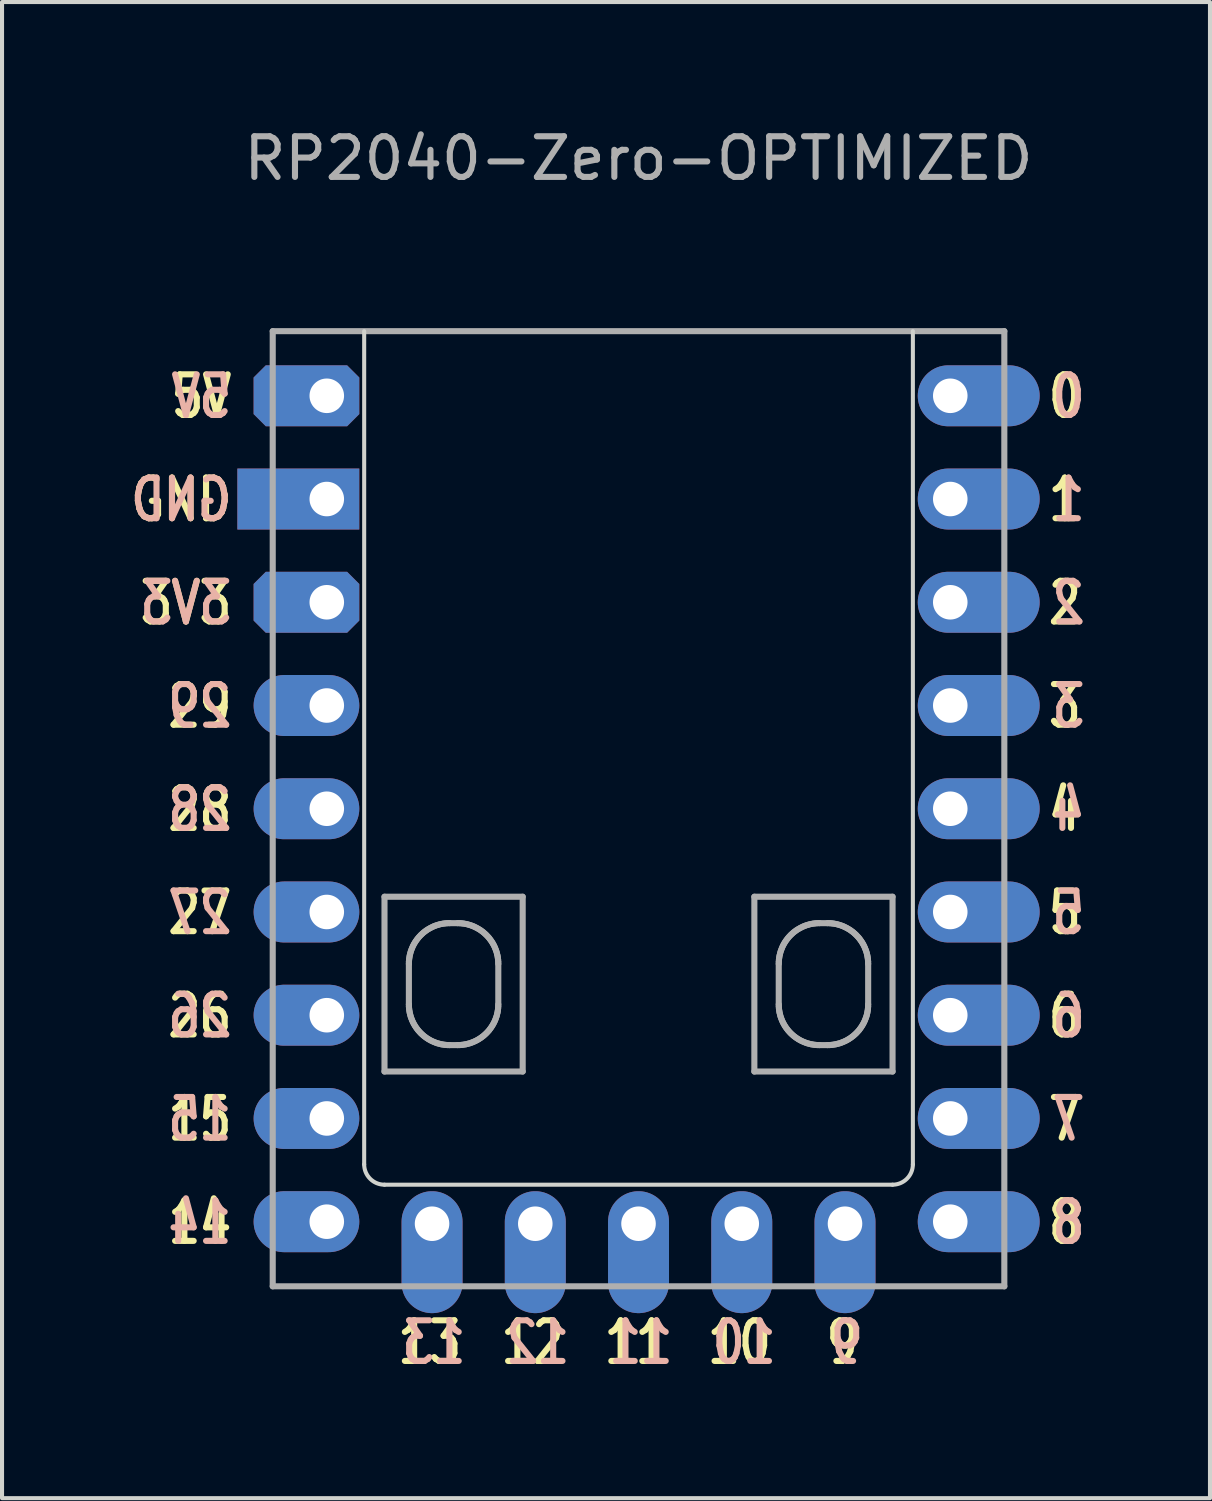
<source format=kicad_pcb>
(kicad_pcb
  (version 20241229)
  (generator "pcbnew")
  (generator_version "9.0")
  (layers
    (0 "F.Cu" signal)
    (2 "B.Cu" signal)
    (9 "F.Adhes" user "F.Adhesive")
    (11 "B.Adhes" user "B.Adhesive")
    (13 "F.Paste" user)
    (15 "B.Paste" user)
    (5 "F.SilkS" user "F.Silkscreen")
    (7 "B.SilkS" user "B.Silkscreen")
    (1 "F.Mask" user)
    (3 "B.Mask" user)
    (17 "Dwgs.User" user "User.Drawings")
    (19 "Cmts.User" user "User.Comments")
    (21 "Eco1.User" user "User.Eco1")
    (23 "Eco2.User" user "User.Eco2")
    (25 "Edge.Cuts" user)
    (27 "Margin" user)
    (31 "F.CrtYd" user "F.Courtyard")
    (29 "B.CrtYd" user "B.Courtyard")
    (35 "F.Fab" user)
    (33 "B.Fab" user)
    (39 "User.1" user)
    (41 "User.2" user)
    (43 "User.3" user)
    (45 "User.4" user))
  (footprint "RP2040-Zero-OPTIMIZED"
    (layer "F.Cu")
    (at 12.66 16.848)
    (property "Reference" "RP2040-Zero-OPTIMIZED" (at 0 -16 0) (layer "F.Fab") (effects (font (size 1 1) (thickness 0.15))))
    (attr through_hole exclude_from_pos_files)
    (fp_line (start -6.75 -11.75) (end -6.75 8.75) (stroke (width 0.1) (type solid)) (layer "Edge.Cuts"))
    (fp_line (start -6.25 9.25) (end 6.25 9.25) (stroke (width 0.1) (type solid)) (layer "Edge.Cuts"))
    (fp_line (start 6.75 8.75) (end 6.75 -11.75) (stroke (width 0.1) (type solid)) (layer "Edge.Cuts"))
    (fp_arc (start -6.25 9.25) (mid -6.603553 9.103553) (end -6.75 8.75) (stroke (width 0.1) (type default)) (layer "Edge.Cuts"))
    (fp_arc (start 6.75 8.75) (mid 6.603553 9.103553) (end 6.25 9.25) (stroke (width 0.1) (type default)) (layer "Edge.Cuts"))
    (fp_line (start -9 -11.75) (end 9 -11.75) (stroke (width 0.15) (type default)) (layer "F.Fab"))
    (fp_line (start -9 11.75) (end -9 -11.75) (stroke (width 0.15) (type default)) (layer "F.Fab"))
    (fp_line (start -9 11.75) (end 9 11.75) (stroke (width 0.15) (type default)) (layer "F.Fab"))
    (fp_line (start -6.25 2.165) (end -2.85 2.165) (stroke (width 0.15) (type default)) (layer "F.Fab"))
    (fp_line (start -6.25 6.465) (end -6.25 2.165) (stroke (width 0.15) (type default)) (layer "F.Fab"))
    (fp_line (start -5.65 3.815) (end -5.649 3.763) (stroke (width 0.15) (type default)) (layer "F.Fab"))
    (fp_line (start -5.65 4.815) (end -5.65 3.815) (stroke (width 0.15) (type default)) (layer "F.Fab"))
    (fp_line (start -5.649 3.763) (end -5.645 3.713) (stroke (width 0.15) (type default)) (layer "F.Fab"))
    (fp_line (start -5.649 4.866) (end -5.65 4.815) (stroke (width 0.15) (type default)) (layer "F.Fab"))
    (fp_line (start -5.645 3.713) (end -5.638 3.663) (stroke (width 0.15) (type default)) (layer "F.Fab"))
    (fp_line (start -5.645 4.917) (end -5.649 4.866) (stroke (width 0.15) (type default)) (layer "F.Fab"))
    (fp_line (start -5.638 3.663) (end -5.63 3.613) (stroke (width 0.15) (type default)) (layer "F.Fab"))
    (fp_line (start -5.638 4.967) (end -5.645 4.917) (stroke (width 0.15) (type default)) (layer "F.Fab"))
    (fp_line (start -5.63 3.613) (end -5.618 3.565) (stroke (width 0.15) (type default)) (layer "F.Fab"))
    (fp_line (start -5.63 5.016) (end -5.638 4.967) (stroke (width 0.15) (type default)) (layer "F.Fab"))
    (fp_line (start -5.618 3.565) (end -5.605 3.518) (stroke (width 0.15) (type default)) (layer "F.Fab"))
    (fp_line (start -5.618 5.065) (end -5.63 5.016) (stroke (width 0.15) (type default)) (layer "F.Fab"))
    (fp_line (start -5.605 3.518) (end -5.589 3.471) (stroke (width 0.15) (type default)) (layer "F.Fab"))
    (fp_line (start -5.605 5.112) (end -5.618 5.065) (stroke (width 0.15) (type default)) (layer "F.Fab"))
    (fp_line (start -5.589 3.471) (end -5.571 3.426) (stroke (width 0.15) (type default)) (layer "F.Fab"))
    (fp_line (start -5.589 5.159) (end -5.605 5.112) (stroke (width 0.15) (type default)) (layer "F.Fab"))
    (fp_line (start -5.571 3.426) (end -5.551 3.381) (stroke (width 0.15) (type default)) (layer "F.Fab"))
    (fp_line (start -5.571 5.204) (end -5.589 5.159) (stroke (width 0.15) (type default)) (layer "F.Fab"))
    (fp_line (start -5.551 3.381) (end -5.529 3.338) (stroke (width 0.15) (type default)) (layer "F.Fab"))
    (fp_line (start -5.551 5.248) (end -5.571 5.204) (stroke (width 0.15) (type default)) (layer "F.Fab"))
    (fp_line (start -5.529 3.338) (end -5.505 3.296) (stroke (width 0.15) (type default)) (layer "F.Fab"))
    (fp_line (start -5.529 5.291) (end -5.551 5.248) (stroke (width 0.15) (type default)) (layer "F.Fab"))
    (fp_line (start -5.505 3.296) (end -5.479 3.256) (stroke (width 0.15) (type default)) (layer "F.Fab"))
    (fp_line (start -5.505 5.333) (end -5.529 5.291) (stroke (width 0.15) (type default)) (layer "F.Fab"))
    (fp_line (start -5.479 3.256) (end -5.451 3.217) (stroke (width 0.15) (type default)) (layer "F.Fab"))
    (fp_line (start -5.479 5.374) (end -5.505 5.333) (stroke (width 0.15) (type default)) (layer "F.Fab"))
    (fp_line (start -5.451 3.217) (end -5.421 3.179) (stroke (width 0.15) (type default)) (layer "F.Fab"))
    (fp_line (start -5.451 5.413) (end -5.479 5.374) (stroke (width 0.15) (type default)) (layer "F.Fab"))
    (fp_line (start -5.421 3.179) (end -5.39 3.143) (stroke (width 0.15) (type default)) (layer "F.Fab"))
    (fp_line (start -5.421 5.451) (end -5.451 5.413) (stroke (width 0.15) (type default)) (layer "F.Fab"))
    (fp_line (start -5.39 3.143) (end -5.357 3.108) (stroke (width 0.15) (type default)) (layer "F.Fab"))
    (fp_line (start -5.39 5.487) (end -5.421 5.451) (stroke (width 0.15) (type default)) (layer "F.Fab"))
    (fp_line (start -5.357 3.108) (end -5.322 3.075) (stroke (width 0.15) (type default)) (layer "F.Fab"))
    (fp_line (start -5.357 5.522) (end -5.39 5.487) (stroke (width 0.15) (type default)) (layer "F.Fab"))
    (fp_line (start -5.322 3.075) (end -5.286 3.043) (stroke (width 0.15) (type default)) (layer "F.Fab"))
    (fp_line (start -5.322 5.555) (end -5.357 5.522) (stroke (width 0.15) (type default)) (layer "F.Fab"))
    (fp_line (start -5.286 3.043) (end -5.248 3.014) (stroke (width 0.15) (type default)) (layer "F.Fab"))
    (fp_line (start -5.286 5.586) (end -5.322 5.555) (stroke (width 0.15) (type default)) (layer "F.Fab"))
    (fp_line (start -5.248 3.014) (end -5.209 2.986) (stroke (width 0.15) (type default)) (layer "F.Fab"))
    (fp_line (start -5.248 5.616) (end -5.286 5.586) (stroke (width 0.15) (type default)) (layer "F.Fab"))
    (fp_line (start -5.209 2.986) (end -5.168 2.96) (stroke (width 0.15) (type default)) (layer "F.Fab"))
    (fp_line (start -5.209 5.644) (end -5.248 5.616) (stroke (width 0.15) (type default)) (layer "F.Fab"))
    (fp_line (start -5.168 2.96) (end -5.126 2.936) (stroke (width 0.15) (type default)) (layer "F.Fab"))
    (fp_line (start -5.168 5.67) (end -5.209 5.644) (stroke (width 0.15) (type default)) (layer "F.Fab"))
    (fp_line (start -5.126 2.936) (end -5.083 2.914) (stroke (width 0.15) (type default)) (layer "F.Fab"))
    (fp_line (start -5.126 5.694) (end -5.168 5.67) (stroke (width 0.15) (type default)) (layer "F.Fab"))
    (fp_line (start -5.083 2.914) (end -5.039 2.893) (stroke (width 0.15) (type default)) (layer "F.Fab"))
    (fp_line (start -5.083 5.716) (end -5.126 5.694) (stroke (width 0.15) (type default)) (layer "F.Fab"))
    (fp_line (start -5.039 2.893) (end -4.994 2.876) (stroke (width 0.15) (type default)) (layer "F.Fab"))
    (fp_line (start -5.039 5.736) (end -5.083 5.716) (stroke (width 0.15) (type default)) (layer "F.Fab"))
    (fp_line (start -4.994 2.876) (end -4.947 2.86) (stroke (width 0.15) (type default)) (layer "F.Fab"))
    (fp_line (start -4.994 5.754) (end -5.039 5.736) (stroke (width 0.15) (type default)) (layer "F.Fab"))
    (fp_line (start -4.947 2.86) (end -4.9 2.846) (stroke (width 0.15) (type default)) (layer "F.Fab"))
    (fp_line (start -4.947 5.77) (end -4.994 5.754) (stroke (width 0.15) (type default)) (layer "F.Fab"))
    (fp_line (start -4.9 2.846) (end -4.851 2.835) (stroke (width 0.15) (type default)) (layer "F.Fab"))
    (fp_line (start -4.9 5.783) (end -4.947 5.77) (stroke (width 0.15) (type default)) (layer "F.Fab"))
    (fp_line (start -4.851 2.835) (end -4.802 2.826) (stroke (width 0.15) (type default)) (layer "F.Fab"))
    (fp_line (start -4.851 5.795) (end -4.9 5.783) (stroke (width 0.15) (type default)) (layer "F.Fab"))
    (fp_line (start -4.802 2.826) (end -4.752 2.82) (stroke (width 0.15) (type default)) (layer "F.Fab"))
    (fp_line (start -4.802 5.803) (end -4.851 5.795) (stroke (width 0.15) (type default)) (layer "F.Fab"))
    (fp_line (start -4.752 2.82) (end -4.701 2.816) (stroke (width 0.15) (type default)) (layer "F.Fab"))
    (fp_line (start -4.752 5.81) (end -4.802 5.803) (stroke (width 0.15) (type default)) (layer "F.Fab"))
    (fp_line (start -4.701 2.816) (end -4.65 2.815) (stroke (width 0.15) (type default)) (layer "F.Fab"))
    (fp_line (start -4.701 5.814) (end -4.752 5.81) (stroke (width 0.15) (type default)) (layer "F.Fab"))
    (fp_line (start -4.65 2.815) (end -4.45 2.815) (stroke (width 0.15) (type default)) (layer "F.Fab"))
    (fp_line (start -4.65 5.815) (end -4.701 5.814) (stroke (width 0.15) (type default)) (layer "F.Fab"))
    (fp_line (start -4.45 2.815) (end -4.399 2.816) (stroke (width 0.15) (type default)) (layer "F.Fab"))
    (fp_line (start -4.45 5.815) (end -4.65 5.815) (stroke (width 0.15) (type default)) (layer "F.Fab"))
    (fp_line (start -4.399 2.816) (end -4.348 2.82) (stroke (width 0.15) (type default)) (layer "F.Fab"))
    (fp_line (start -4.399 5.814) (end -4.45 5.815) (stroke (width 0.15) (type default)) (layer "F.Fab"))
    (fp_line (start -4.348 2.82) (end -4.298 2.826) (stroke (width 0.15) (type default)) (layer "F.Fab"))
    (fp_line (start -4.348 5.81) (end -4.399 5.814) (stroke (width 0.15) (type default)) (layer "F.Fab"))
    (fp_line (start -4.298 2.826) (end -4.248 2.835) (stroke (width 0.15) (type default)) (layer "F.Fab"))
    (fp_line (start -4.298 5.803) (end -4.348 5.81) (stroke (width 0.15) (type default)) (layer "F.Fab"))
    (fp_line (start -4.248 2.835) (end -4.2 2.846) (stroke (width 0.15) (type default)) (layer "F.Fab"))
    (fp_line (start -4.248 5.795) (end -4.298 5.803) (stroke (width 0.15) (type default)) (layer "F.Fab"))
    (fp_line (start -4.2 2.846) (end -4.153 2.86) (stroke (width 0.15) (type default)) (layer "F.Fab"))
    (fp_line (start -4.2 5.783) (end -4.248 5.795) (stroke (width 0.15) (type default)) (layer "F.Fab"))
    (fp_line (start -4.153 2.86) (end -4.106 2.876) (stroke (width 0.15) (type default)) (layer "F.Fab"))
    (fp_line (start -4.153 5.77) (end -4.2 5.783) (stroke (width 0.15) (type default)) (layer "F.Fab"))
    (fp_line (start -4.106 2.876) (end -4.061 2.893) (stroke (width 0.15) (type default)) (layer "F.Fab"))
    (fp_line (start -4.106 5.754) (end -4.153 5.77) (stroke (width 0.15) (type default)) (layer "F.Fab"))
    (fp_line (start -4.061 2.893) (end -4.017 2.914) (stroke (width 0.15) (type default)) (layer "F.Fab"))
    (fp_line (start -4.061 5.736) (end -4.106 5.754) (stroke (width 0.15) (type default)) (layer "F.Fab"))
    (fp_line (start -4.017 2.914) (end -3.974 2.936) (stroke (width 0.15) (type default)) (layer "F.Fab"))
    (fp_line (start -4.017 5.716) (end -4.061 5.736) (stroke (width 0.15) (type default)) (layer "F.Fab"))
    (fp_line (start -3.974 2.936) (end -3.932 2.96) (stroke (width 0.15) (type default)) (layer "F.Fab"))
    (fp_line (start -3.974 5.694) (end -4.017 5.716) (stroke (width 0.15) (type default)) (layer "F.Fab"))
    (fp_line (start -3.932 2.96) (end -3.891 2.986) (stroke (width 0.15) (type default)) (layer "F.Fab"))
    (fp_line (start -3.932 5.67) (end -3.974 5.694) (stroke (width 0.15) (type default)) (layer "F.Fab"))
    (fp_line (start -3.891 2.986) (end -3.852 3.014) (stroke (width 0.15) (type default)) (layer "F.Fab"))
    (fp_line (start -3.891 5.644) (end -3.932 5.67) (stroke (width 0.15) (type default)) (layer "F.Fab"))
    (fp_line (start -3.852 3.014) (end -3.814 3.043) (stroke (width 0.15) (type default)) (layer "F.Fab"))
    (fp_line (start -3.852 5.616) (end -3.891 5.644) (stroke (width 0.15) (type default)) (layer "F.Fab"))
    (fp_line (start -3.814 3.043) (end -3.778 3.075) (stroke (width 0.15) (type default)) (layer "F.Fab"))
    (fp_line (start -3.814 5.586) (end -3.852 5.616) (stroke (width 0.15) (type default)) (layer "F.Fab"))
    (fp_line (start -3.778 3.075) (end -3.743 3.108) (stroke (width 0.15) (type default)) (layer "F.Fab"))
    (fp_line (start -3.778 5.555) (end -3.814 5.586) (stroke (width 0.15) (type default)) (layer "F.Fab"))
    (fp_line (start -3.743 3.108) (end -3.71 3.143) (stroke (width 0.15) (type default)) (layer "F.Fab"))
    (fp_line (start -3.743 5.522) (end -3.778 5.555) (stroke (width 0.15) (type default)) (layer "F.Fab"))
    (fp_line (start -3.71 3.143) (end -3.678 3.179) (stroke (width 0.15) (type default)) (layer "F.Fab"))
    (fp_line (start -3.71 5.487) (end -3.743 5.522) (stroke (width 0.15) (type default)) (layer "F.Fab"))
    (fp_line (start -3.678 3.179) (end -3.649 3.217) (stroke (width 0.15) (type default)) (layer "F.Fab"))
    (fp_line (start -3.678 5.451) (end -3.71 5.487) (stroke (width 0.15) (type default)) (layer "F.Fab"))
    (fp_line (start -3.649 3.217) (end -3.621 3.256) (stroke (width 0.15) (type default)) (layer "F.Fab"))
    (fp_line (start -3.649 5.413) (end -3.678 5.451) (stroke (width 0.15) (type default)) (layer "F.Fab"))
    (fp_line (start -3.621 3.256) (end -3.595 3.296) (stroke (width 0.15) (type default)) (layer "F.Fab"))
    (fp_line (start -3.621 5.374) (end -3.649 5.413) (stroke (width 0.15) (type default)) (layer "F.Fab"))
    (fp_line (start -3.595 3.296) (end -3.571 3.338) (stroke (width 0.15) (type default)) (layer "F.Fab"))
    (fp_line (start -3.595 5.333) (end -3.621 5.374) (stroke (width 0.15) (type default)) (layer "F.Fab"))
    (fp_line (start -3.571 3.338) (end -3.549 3.381) (stroke (width 0.15) (type default)) (layer "F.Fab"))
    (fp_line (start -3.571 5.291) (end -3.595 5.333) (stroke (width 0.15) (type default)) (layer "F.Fab"))
    (fp_line (start -3.549 3.381) (end -3.529 3.426) (stroke (width 0.15) (type default)) (layer "F.Fab"))
    (fp_line (start -3.549 5.248) (end -3.571 5.291) (stroke (width 0.15) (type default)) (layer "F.Fab"))
    (fp_line (start -3.529 3.426) (end -3.511 3.471) (stroke (width 0.15) (type default)) (layer "F.Fab"))
    (fp_line (start -3.529 5.204) (end -3.549 5.248) (stroke (width 0.15) (type default)) (layer "F.Fab"))
    (fp_line (start -3.511 3.471) (end -3.495 3.518) (stroke (width 0.15) (type default)) (layer "F.Fab"))
    (fp_line (start -3.511 5.159) (end -3.529 5.204) (stroke (width 0.15) (type default)) (layer "F.Fab"))
    (fp_line (start -3.495 3.518) (end -3.482 3.565) (stroke (width 0.15) (type default)) (layer "F.Fab"))
    (fp_line (start -3.495 5.112) (end -3.511 5.159) (stroke (width 0.15) (type default)) (layer "F.Fab"))
    (fp_line (start -3.482 3.565) (end -3.47 3.613) (stroke (width 0.15) (type default)) (layer "F.Fab"))
    (fp_line (start -3.482 5.065) (end -3.495 5.112) (stroke (width 0.15) (type default)) (layer "F.Fab"))
    (fp_line (start -3.47 3.613) (end -3.462 3.663) (stroke (width 0.15) (type default)) (layer "F.Fab"))
    (fp_line (start -3.47 5.016) (end -3.482 5.065) (stroke (width 0.15) (type default)) (layer "F.Fab"))
    (fp_line (start -3.462 3.663) (end -3.455 3.713) (stroke (width 0.15) (type default)) (layer "F.Fab"))
    (fp_line (start -3.462 4.967) (end -3.47 5.016) (stroke (width 0.15) (type default)) (layer "F.Fab"))
    (fp_line (start -3.455 3.713) (end -3.451 3.763) (stroke (width 0.15) (type default)) (layer "F.Fab"))
    (fp_line (start -3.455 4.917) (end -3.462 4.967) (stroke (width 0.15) (type default)) (layer "F.Fab"))
    (fp_line (start -3.451 3.763) (end -3.45 3.815) (stroke (width 0.15) (type default)) (layer "F.Fab"))
    (fp_line (start -3.451 4.866) (end -3.455 4.917) (stroke (width 0.15) (type default)) (layer "F.Fab"))
    (fp_line (start -3.45 3.815) (end -3.45 4.815) (stroke (width 0.15) (type default)) (layer "F.Fab"))
    (fp_line (start -3.45 4.815) (end -3.451 4.866) (stroke (width 0.15) (type default)) (layer "F.Fab"))
    (fp_line (start -2.85 2.165) (end -2.85 6.465) (stroke (width 0.15) (type default)) (layer "F.Fab"))
    (fp_line (start -2.85 6.465) (end -6.25 6.465) (stroke (width 0.15) (type default)) (layer "F.Fab"))
    (fp_line (start 2.85 2.165) (end 6.25 2.165) (stroke (width 0.15) (type default)) (layer "F.Fab"))
    (fp_line (start 2.85 6.465) (end 2.85 2.165) (stroke (width 0.15) (type default)) (layer "F.Fab"))
    (fp_line (start 3.45 3.815) (end 3.451 3.763) (stroke (width 0.15) (type default)) (layer "F.Fab"))
    (fp_line (start 3.45 4.815) (end 3.45 3.815) (stroke (width 0.15) (type default)) (layer "F.Fab"))
    (fp_line (start 3.451 3.763) (end 3.455 3.713) (stroke (width 0.15) (type default)) (layer "F.Fab"))
    (fp_line (start 3.451 4.866) (end 3.45 4.815) (stroke (width 0.15) (type default)) (layer "F.Fab"))
    (fp_line (start 3.455 3.713) (end 3.462 3.663) (stroke (width 0.15) (type default)) (layer "F.Fab"))
    (fp_line (start 3.455 4.917) (end 3.451 4.866) (stroke (width 0.15) (type default)) (layer "F.Fab"))
    (fp_line (start 3.462 3.663) (end 3.47 3.613) (stroke (width 0.15) (type default)) (layer "F.Fab"))
    (fp_line (start 3.462 4.967) (end 3.455 4.917) (stroke (width 0.15) (type default)) (layer "F.Fab"))
    (fp_line (start 3.47 3.613) (end 3.482 3.565) (stroke (width 0.15) (type default)) (layer "F.Fab"))
    (fp_line (start 3.47 5.016) (end 3.462 4.967) (stroke (width 0.15) (type default)) (layer "F.Fab"))
    (fp_line (start 3.482 3.565) (end 3.495 3.518) (stroke (width 0.15) (type default)) (layer "F.Fab"))
    (fp_line (start 3.482 5.065) (end 3.47 5.016) (stroke (width 0.15) (type default)) (layer "F.Fab"))
    (fp_line (start 3.495 3.518) (end 3.511 3.471) (stroke (width 0.15) (type default)) (layer "F.Fab"))
    (fp_line (start 3.495 5.112) (end 3.482 5.065) (stroke (width 0.15) (type default)) (layer "F.Fab"))
    (fp_line (start 3.511 3.471) (end 3.529 3.426) (stroke (width 0.15) (type default)) (layer "F.Fab"))
    (fp_line (start 3.511 5.159) (end 3.495 5.112) (stroke (width 0.15) (type default)) (layer "F.Fab"))
    (fp_line (start 3.529 3.426) (end 3.549 3.381) (stroke (width 0.15) (type default)) (layer "F.Fab"))
    (fp_line (start 3.529 5.204) (end 3.511 5.159) (stroke (width 0.15) (type default)) (layer "F.Fab"))
    (fp_line (start 3.549 3.381) (end 3.571 3.338) (stroke (width 0.15) (type default)) (layer "F.Fab"))
    (fp_line (start 3.549 5.248) (end 3.529 5.204) (stroke (width 0.15) (type default)) (layer "F.Fab"))
    (fp_line (start 3.571 3.338) (end 3.595 3.296) (stroke (width 0.15) (type default)) (layer "F.Fab"))
    (fp_line (start 3.571 5.291) (end 3.549 5.248) (stroke (width 0.15) (type default)) (layer "F.Fab"))
    (fp_line (start 3.595 3.296) (end 3.621 3.256) (stroke (width 0.15) (type default)) (layer "F.Fab"))
    (fp_line (start 3.595 5.333) (end 3.571 5.291) (stroke (width 0.15) (type default)) (layer "F.Fab"))
    (fp_line (start 3.621 3.256) (end 3.649 3.217) (stroke (width 0.15) (type default)) (layer "F.Fab"))
    (fp_line (start 3.621 5.374) (end 3.595 5.333) (stroke (width 0.15) (type default)) (layer "F.Fab"))
    (fp_line (start 3.649 3.217) (end 3.679 3.179) (stroke (width 0.15) (type default)) (layer "F.Fab"))
    (fp_line (start 3.649 5.413) (end 3.621 5.374) (stroke (width 0.15) (type default)) (layer "F.Fab"))
    (fp_line (start 3.679 3.179) (end 3.71 3.143) (stroke (width 0.15) (type default)) (layer "F.Fab"))
    (fp_line (start 3.679 5.451) (end 3.649 5.413) (stroke (width 0.15) (type default)) (layer "F.Fab"))
    (fp_line (start 3.71 3.143) (end 3.743 3.108) (stroke (width 0.15) (type default)) (layer "F.Fab"))
    (fp_line (start 3.71 5.487) (end 3.679 5.451) (stroke (width 0.15) (type default)) (layer "F.Fab"))
    (fp_line (start 3.743 3.108) (end 3.778 3.075) (stroke (width 0.15) (type default)) (layer "F.Fab"))
    (fp_line (start 3.743 5.522) (end 3.71 5.487) (stroke (width 0.15) (type default)) (layer "F.Fab"))
    (fp_line (start 3.778 3.075) (end 3.814 3.043) (stroke (width 0.15) (type default)) (layer "F.Fab"))
    (fp_line (start 3.778 5.555) (end 3.743 5.522) (stroke (width 0.15) (type default)) (layer "F.Fab"))
    (fp_line (start 3.814 3.043) (end 3.852 3.014) (stroke (width 0.15) (type default)) (layer "F.Fab"))
    (fp_line (start 3.814 5.586) (end 3.778 5.555) (stroke (width 0.15) (type default)) (layer "F.Fab"))
    (fp_line (start 3.852 3.014) (end 3.891 2.986) (stroke (width 0.15) (type default)) (layer "F.Fab"))
    (fp_line (start 3.852 5.616) (end 3.814 5.586) (stroke (width 0.15) (type default)) (layer "F.Fab"))
    (fp_line (start 3.891 2.986) (end 3.932 2.96) (stroke (width 0.15) (type default)) (layer "F.Fab"))
    (fp_line (start 3.891 5.644) (end 3.852 5.616) (stroke (width 0.15) (type default)) (layer "F.Fab"))
    (fp_line (start 3.932 2.96) (end 3.974 2.936) (stroke (width 0.15) (type default)) (layer "F.Fab"))
    (fp_line (start 3.932 5.67) (end 3.891 5.644) (stroke (width 0.15) (type default)) (layer "F.Fab"))
    (fp_line (start 3.974 2.936) (end 4.017 2.914) (stroke (width 0.15) (type default)) (layer "F.Fab"))
    (fp_line (start 3.974 5.694) (end 3.932 5.67) (stroke (width 0.15) (type default)) (layer "F.Fab"))
    (fp_line (start 4.017 2.914) (end 4.061 2.893) (stroke (width 0.15) (type default)) (layer "F.Fab"))
    (fp_line (start 4.017 5.716) (end 3.974 5.694) (stroke (width 0.15) (type default)) (layer "F.Fab"))
    (fp_line (start 4.061 2.893) (end 4.106 2.876) (stroke (width 0.15) (type default)) (layer "F.Fab"))
    (fp_line (start 4.061 5.736) (end 4.017 5.716) (stroke (width 0.15) (type default)) (layer "F.Fab"))
    (fp_line (start 4.106 2.876) (end 4.153 2.86) (stroke (width 0.15) (type default)) (layer "F.Fab"))
    (fp_line (start 4.106 5.754) (end 4.061 5.736) (stroke (width 0.15) (type default)) (layer "F.Fab"))
    (fp_line (start 4.153 2.86) (end 4.2 2.846) (stroke (width 0.15) (type default)) (layer "F.Fab"))
    (fp_line (start 4.153 5.77) (end 4.106 5.754) (stroke (width 0.15) (type default)) (layer "F.Fab"))
    (fp_line (start 4.2 2.846) (end 4.249 2.835) (stroke (width 0.15) (type default)) (layer "F.Fab"))
    (fp_line (start 4.2 5.783) (end 4.153 5.77) (stroke (width 0.15) (type default)) (layer "F.Fab"))
    (fp_line (start 4.249 2.835) (end 4.298 2.826) (stroke (width 0.15) (type default)) (layer "F.Fab"))
    (fp_line (start 4.249 5.795) (end 4.2 5.783) (stroke (width 0.15) (type default)) (layer "F.Fab"))
    (fp_line (start 4.298 2.826) (end 4.348 2.82) (stroke (width 0.15) (type default)) (layer "F.Fab"))
    (fp_line (start 4.298 5.803) (end 4.249 5.795) (stroke (width 0.15) (type default)) (layer "F.Fab"))
    (fp_line (start 4.348 2.82) (end 4.399 2.816) (stroke (width 0.15) (type default)) (layer "F.Fab"))
    (fp_line (start 4.348 5.81) (end 4.298 5.803) (stroke (width 0.15) (type default)) (layer "F.Fab"))
    (fp_line (start 4.399 2.816) (end 4.45 2.815) (stroke (width 0.15) (type default)) (layer "F.Fab"))
    (fp_line (start 4.399 5.814) (end 4.348 5.81) (stroke (width 0.15) (type default)) (layer "F.Fab"))
    (fp_line (start 4.45 2.815) (end 4.65 2.815) (stroke (width 0.15) (type default)) (layer "F.Fab"))
    (fp_line (start 4.45 5.815) (end 4.399 5.814) (stroke (width 0.15) (type default)) (layer "F.Fab"))
    (fp_line (start 4.65 2.815) (end 4.702 2.816) (stroke (width 0.15) (type default)) (layer "F.Fab"))
    (fp_line (start 4.65 5.815) (end 4.45 5.815) (stroke (width 0.15) (type default)) (layer "F.Fab"))
    (fp_line (start 4.702 2.816) (end 4.752 2.82) (stroke (width 0.15) (type default)) (layer "F.Fab"))
    (fp_line (start 4.702 5.814) (end 4.65 5.815) (stroke (width 0.15) (type default)) (layer "F.Fab"))
    (fp_line (start 4.752 2.82) (end 4.802 2.826) (stroke (width 0.15) (type default)) (layer "F.Fab"))
    (fp_line (start 4.752 5.81) (end 4.702 5.814) (stroke (width 0.15) (type default)) (layer "F.Fab"))
    (fp_line (start 4.802 2.826) (end 4.851 2.835) (stroke (width 0.15) (type default)) (layer "F.Fab"))
    (fp_line (start 4.802 5.803) (end 4.752 5.81) (stroke (width 0.15) (type default)) (layer "F.Fab"))
    (fp_line (start 4.851 2.835) (end 4.9 2.846) (stroke (width 0.15) (type default)) (layer "F.Fab"))
    (fp_line (start 4.851 5.795) (end 4.802 5.803) (stroke (width 0.15) (type default)) (layer "F.Fab"))
    (fp_line (start 4.9 2.846) (end 4.947 2.86) (stroke (width 0.15) (type default)) (layer "F.Fab"))
    (fp_line (start 4.9 5.783) (end 4.851 5.795) (stroke (width 0.15) (type default)) (layer "F.Fab"))
    (fp_line (start 4.947 2.86) (end 4.994 2.876) (stroke (width 0.15) (type default)) (layer "F.Fab"))
    (fp_line (start 4.947 5.77) (end 4.9 5.783) (stroke (width 0.15) (type default)) (layer "F.Fab"))
    (fp_line (start 4.994 2.876) (end 5.039 2.893) (stroke (width 0.15) (type default)) (layer "F.Fab"))
    (fp_line (start 4.994 5.754) (end 4.947 5.77) (stroke (width 0.15) (type default)) (layer "F.Fab"))
    (fp_line (start 5.039 2.893) (end 5.083 2.914) (stroke (width 0.15) (type default)) (layer "F.Fab"))
    (fp_line (start 5.039 5.736) (end 4.994 5.754) (stroke (width 0.15) (type default)) (layer "F.Fab"))
    (fp_line (start 5.083 2.914) (end 5.127 2.936) (stroke (width 0.15) (type default)) (layer "F.Fab"))
    (fp_line (start 5.083 5.716) (end 5.039 5.736) (stroke (width 0.15) (type default)) (layer "F.Fab"))
    (fp_line (start 5.127 2.936) (end 5.168 2.96) (stroke (width 0.15) (type default)) (layer "F.Fab"))
    (fp_line (start 5.127 5.694) (end 5.083 5.716) (stroke (width 0.15) (type default)) (layer "F.Fab"))
    (fp_line (start 5.168 2.96) (end 5.209 2.986) (stroke (width 0.15) (type default)) (layer "F.Fab"))
    (fp_line (start 5.168 5.67) (end 5.127 5.694) (stroke (width 0.15) (type default)) (layer "F.Fab"))
    (fp_line (start 5.209 2.986) (end 5.248 3.014) (stroke (width 0.15) (type default)) (layer "F.Fab"))
    (fp_line (start 5.209 5.644) (end 5.168 5.67) (stroke (width 0.15) (type default)) (layer "F.Fab"))
    (fp_line (start 5.248 3.014) (end 5.286 3.043) (stroke (width 0.15) (type default)) (layer "F.Fab"))
    (fp_line (start 5.248 5.616) (end 5.209 5.644) (stroke (width 0.15) (type default)) (layer "F.Fab"))
    (fp_line (start 5.286 3.043) (end 5.322 3.075) (stroke (width 0.15) (type default)) (layer "F.Fab"))
    (fp_line (start 5.286 5.586) (end 5.248 5.616) (stroke (width 0.15) (type default)) (layer "F.Fab"))
    (fp_line (start 5.322 3.075) (end 5.357 3.108) (stroke (width 0.15) (type default)) (layer "F.Fab"))
    (fp_line (start 5.322 5.555) (end 5.286 5.586) (stroke (width 0.15) (type default)) (layer "F.Fab"))
    (fp_line (start 5.357 3.108) (end 5.39 3.143) (stroke (width 0.15) (type default)) (layer "F.Fab"))
    (fp_line (start 5.357 5.522) (end 5.322 5.555) (stroke (width 0.15) (type default)) (layer "F.Fab"))
    (fp_line (start 5.39 3.143) (end 5.422 3.179) (stroke (width 0.15) (type default)) (layer "F.Fab"))
    (fp_line (start 5.39 5.487) (end 5.357 5.522) (stroke (width 0.15) (type default)) (layer "F.Fab"))
    (fp_line (start 5.422 3.179) (end 5.451 3.217) (stroke (width 0.15) (type default)) (layer "F.Fab"))
    (fp_line (start 5.422 5.451) (end 5.39 5.487) (stroke (width 0.15) (type default)) (layer "F.Fab"))
    (fp_line (start 5.451 3.217) (end 5.479 3.256) (stroke (width 0.15) (type default)) (layer "F.Fab"))
    (fp_line (start 5.451 5.413) (end 5.422 5.451) (stroke (width 0.15) (type default)) (layer "F.Fab"))
    (fp_line (start 5.479 3.256) (end 5.505 3.296) (stroke (width 0.15) (type default)) (layer "F.Fab"))
    (fp_line (start 5.479 5.374) (end 5.451 5.413) (stroke (width 0.15) (type default)) (layer "F.Fab"))
    (fp_line (start 5.505 3.296) (end 5.529 3.338) (stroke (width 0.15) (type default)) (layer "F.Fab"))
    (fp_line (start 5.505 5.333) (end 5.479 5.374) (stroke (width 0.15) (type default)) (layer "F.Fab"))
    (fp_line (start 5.529 3.338) (end 5.551 3.381) (stroke (width 0.15) (type default)) (layer "F.Fab"))
    (fp_line (start 5.529 5.291) (end 5.505 5.333) (stroke (width 0.15) (type default)) (layer "F.Fab"))
    (fp_line (start 5.551 3.381) (end 5.571 3.426) (stroke (width 0.15) (type default)) (layer "F.Fab"))
    (fp_line (start 5.551 5.248) (end 5.529 5.291) (stroke (width 0.15) (type default)) (layer "F.Fab"))
    (fp_line (start 5.571 3.426) (end 5.589 3.471) (stroke (width 0.15) (type default)) (layer "F.Fab"))
    (fp_line (start 5.571 5.204) (end 5.551 5.248) (stroke (width 0.15) (type default)) (layer "F.Fab"))
    (fp_line (start 5.589 3.471) (end 5.605 3.518) (stroke (width 0.15) (type default)) (layer "F.Fab"))
    (fp_line (start 5.589 5.159) (end 5.571 5.204) (stroke (width 0.15) (type default)) (layer "F.Fab"))
    (fp_line (start 5.605 3.518) (end 5.619 3.565) (stroke (width 0.15) (type default)) (layer "F.Fab"))
    (fp_line (start 5.605 5.112) (end 5.589 5.159) (stroke (width 0.15) (type default)) (layer "F.Fab"))
    (fp_line (start 5.619 3.565) (end 5.63 3.613) (stroke (width 0.15) (type default)) (layer "F.Fab"))
    (fp_line (start 5.619 5.065) (end 5.605 5.112) (stroke (width 0.15) (type default)) (layer "F.Fab"))
    (fp_line (start 5.63 3.613) (end 5.638 3.663) (stroke (width 0.15) (type default)) (layer "F.Fab"))
    (fp_line (start 5.63 5.016) (end 5.619 5.065) (stroke (width 0.15) (type default)) (layer "F.Fab"))
    (fp_line (start 5.638 3.663) (end 5.645 3.713) (stroke (width 0.15) (type default)) (layer "F.Fab"))
    (fp_line (start 5.638 4.967) (end 5.63 5.016) (stroke (width 0.15) (type default)) (layer "F.Fab"))
    (fp_line (start 5.645 3.713) (end 5.649 3.763) (stroke (width 0.15) (type default)) (layer "F.Fab"))
    (fp_line (start 5.645 4.917) (end 5.638 4.967) (stroke (width 0.15) (type default)) (layer "F.Fab"))
    (fp_line (start 5.649 3.763) (end 5.65 3.815) (stroke (width 0.15) (type default)) (layer "F.Fab"))
    (fp_line (start 5.649 4.866) (end 5.645 4.917) (stroke (width 0.15) (type default)) (layer "F.Fab"))
    (fp_line (start 5.65 3.815) (end 5.65 4.815) (stroke (width 0.15) (type default)) (layer "F.Fab"))
    (fp_line (start 5.65 4.815) (end 5.649 4.866) (stroke (width 0.15) (type default)) (layer "F.Fab"))
    (fp_line (start 6.25 2.165) (end 6.25 6.465) (stroke (width 0.15) (type default)) (layer "F.Fab"))
    (fp_line (start 6.25 6.465) (end 2.85 6.465) (stroke (width 0.15) (type default)) (layer "F.Fab"))
    (fp_line (start 9 11.75) (end 9 -11.75) (stroke (width 0.15) (type default)) (layer "F.Fab"))
    (fp_text user "4" (at 10.008 0.602 0) (unlocked yes) (layer "F.SilkS") (effects (font (size 1 0.8) (thickness 0.15)) (justify left bottom)))
    (fp_text user "7" (at 10.008 8.222 0) (unlocked yes) (layer "F.SilkS") (effects (font (size 1 0.8) (thickness 0.15)) (justify left bottom)))
    (fp_text user "3" (at 10.008 -1.938 0) (unlocked yes) (layer "F.SilkS") (effects (font (size 1 0.8) (thickness 0.15)) (justify left bottom)))
    (fp_text user "29" (at -9.932 -1.938 0) (unlocked yes) (layer "F.SilkS") (effects (font (size 1 0.8) (thickness 0.15)) (justify right bottom)))
    (fp_text user "12" (at -3.46 13.716 0) (unlocked yes) (layer "F.SilkS") (effects (font (size 1 0.8) (thickness 0.15)) (justify left bottom)))
    (fp_text user "15" (at -9.932 8.222 0) (unlocked yes) (layer "F.SilkS") (effects (font (size 1 0.8) (thickness 0.15)) (justify right bottom)))
    (fp_text user "26" (at -9.932 5.682 0) (unlocked yes) (layer "F.SilkS") (effects (font (size 1 0.8) (thickness 0.15)) (justify right bottom)))
    (fp_text user "GND" (at -9.932 -7.018 0) (unlocked yes) (layer "F.SilkS") (effects (font (size 1 0.8) (thickness 0.15)) (justify right bottom)))
    (fp_text user "5V" (at -9.932 -9.558 0) (unlocked yes) (layer "F.SilkS") (effects (font (size 1 0.8) (thickness 0.15)) (justify right bottom)))
    (fp_text user "8" (at 10.008 10.762 0) (unlocked yes) (layer "F.SilkS") (effects (font (size 1 0.8) (thickness 0.15)) (justify left bottom)))
    (fp_text user "13" (at -6 13.716 0) (unlocked yes) (layer "F.SilkS") (effects (font (size 1 0.8) (thickness 0.15)) (justify left bottom)))
    (fp_text user "1" (at 10.008 -7.018 0) (unlocked yes) (layer "F.SilkS") (effects (font (size 1 0.8) (thickness 0.15)) (justify left bottom)))
    (fp_text user "2" (at 10.008 -4.478 0) (unlocked yes) (layer "F.SilkS") (effects (font (size 1 0.8) (thickness 0.15)) (justify left bottom)))
    (fp_text user "5" (at 10.008 3.142 0) (unlocked yes) (layer "F.SilkS") (effects (font (size 1 0.8) (thickness 0.15)) (justify left bottom)))
    (fp_text user "11" (at -0.92 13.716 0) (unlocked yes) (layer "F.SilkS") (effects (font (size 1 0.8) (thickness 0.15)) (justify left bottom)))
    (fp_text user "6" (at 10.008 5.682 0) (unlocked yes) (layer "F.SilkS") (effects (font (size 1 0.8) (thickness 0.15)) (justify left bottom)))
    (fp_text user "14" (at -9.932 10.762 0) (unlocked yes) (layer "F.SilkS") (effects (font (size 1 0.8) (thickness 0.15)) (justify right bottom)))
    (fp_text user "27" (at -9.932 3.142 0) (unlocked yes) (layer "F.SilkS") (effects (font (size 1 0.8) (thickness 0.15)) (justify right bottom)))
    (fp_text user "28" (at -9.932 0.602 0) (unlocked yes) (layer "F.SilkS") (effects (font (size 1 0.8) (thickness 0.15)) (justify right bottom)))
    (fp_text user "10" (at 1.62 13.716 0) (unlocked yes) (layer "F.SilkS") (effects (font (size 1 0.8) (thickness 0.15)) (justify left bottom)))
    (fp_text user "0" (at 10.008 -9.558 0) (unlocked yes) (layer "F.SilkS") (effects (font (size 1 0.8) (thickness 0.15)) (justify left bottom)))
    (fp_text user "9" (at 4.541 13.716 0) (unlocked yes) (layer "F.SilkS") (effects (font (size 1 0.8) (thickness 0.15)) (justify left bottom)))
    (fp_text user "3V3" (at -9.932 -4.478 0) (unlocked yes) (layer "F.SilkS") (effects (font (size 1 0.8) (thickness 0.15)) (justify right bottom)))
    (fp_text user "13" (at -4.173 13.716 0) (unlocked yes) (layer "B.SilkS") (effects (font (size 1 0.8) (thickness 0.15)) (justify left bottom mirror)))
    (fp_text user "0" (at 11.06 -9.558 0) (unlocked yes) (layer "B.SilkS") (effects (font (size 1 0.8) (thickness 0.15)) (justify left bottom mirror)))
    (fp_text user "27" (at -9.932 3.142 0) (unlocked yes) (layer "B.SilkS") (effects (font (size 1 0.8) (thickness 0.15)) (justify left bottom mirror)))
    (fp_text user "29" (at -9.932 -1.938 0) (unlocked yes) (layer "B.SilkS") (effects (font (size 1 0.8) (thickness 0.15)) (justify left bottom mirror)))
    (fp_text user "12" (at -1.62 13.716 0) (unlocked yes) (layer "B.SilkS") (effects (font (size 1 0.8) (thickness 0.15)) (justify left bottom mirror)))
    (fp_text user "8" (at 11.06 10.762 0) (unlocked yes) (layer "B.SilkS") (effects (font (size 1 0.8) (thickness 0.15)) (justify left bottom mirror)))
    (fp_text user "15" (at -9.932 8.222 0) (unlocked yes) (layer "B.SilkS") (effects (font (size 1 0.8) (thickness 0.15)) (justify left bottom mirror)))
    (fp_text user "7" (at 11.06 8.222 0) (unlocked yes) (layer "B.SilkS") (effects (font (size 1 0.8) (thickness 0.15)) (justify left bottom mirror)))
    (fp_text user "11" (at 0.92 13.716 0) (unlocked yes) (layer "B.SilkS") (effects (font (size 1 0.8) (thickness 0.15)) (justify left bottom mirror)))
    (fp_text user "6" (at 11.06 5.682 0) (unlocked yes) (layer "B.SilkS") (effects (font (size 1 0.8) (thickness 0.15)) (justify left bottom mirror)))
    (fp_text user "26" (at -9.932 5.682 0) (unlocked yes) (layer "B.SilkS") (effects (font (size 1 0.8) (thickness 0.15)) (justify left bottom mirror)))
    (fp_text user "GND" (at -9.932 -7.018 0) (unlocked yes) (layer "B.SilkS") (effects (font (size 1 0.8) (thickness 0.15)) (justify left bottom mirror)))
    (fp_text user "28" (at -9.932 0.602 0) (unlocked yes) (layer "B.SilkS") (effects (font (size 1 0.8) (thickness 0.15)) (justify left bottom mirror)))
    (fp_text user "4" (at 11.06 0.602 0) (unlocked yes) (layer "B.SilkS") (effects (font (size 1 0.8) (thickness 0.15)) (justify left bottom mirror)))
    (fp_text user "5" (at 11.06 3.142 0) (unlocked yes) (layer "B.SilkS") (effects (font (size 1 0.8) (thickness 0.15)) (justify left bottom mirror)))
    (fp_text user "5V" (at -9.932 -9.558 0) (unlocked yes) (layer "B.SilkS") (effects (font (size 1 0.8) (thickness 0.15)) (justify left bottom mirror)))
    (fp_text user "1" (at 11.06 -7.018 0) (unlocked yes) (layer "B.SilkS") (effects (font (size 1 0.8) (thickness 0.15)) (justify left bottom mirror)))
    (fp_text user "10" (at 3.46 13.716 0) (unlocked yes) (layer "B.SilkS") (effects (font (size 1 0.8) (thickness 0.15)) (justify left bottom mirror)))
    (fp_text user "3V3" (at -9.932 -4.478 0) (unlocked yes) (layer "B.SilkS") (effects (font (size 1 0.8) (thickness 0.15)) (justify left bottom mirror)))
    (fp_text user "9" (at 5.606 13.716 0) (unlocked yes) (layer "B.SilkS") (effects (font (size 1 0.8) (thickness 0.15)) (justify left bottom mirror)))
    (fp_text user "3" (at 11.06 -1.938 0) (unlocked yes) (layer "B.SilkS") (effects (font (size 1 0.8) (thickness 0.15)) (justify left bottom mirror)))
    (fp_text user "14" (at -9.932 10.762 0) (unlocked yes) (layer "B.SilkS") (effects (font (size 1 0.8) (thickness 0.15)) (justify left bottom mirror)))
    (fp_text user "2" (at 11.06 -4.478 0) (unlocked yes) (layer "B.SilkS") (effects (font (size 1 0.8) (thickness 0.15)) (justify left bottom mirror)))
    (pad "0" thru_hole oval (at 7.67 -10.16 180) (size 3 1.5) (drill 0.85 (offset -0.7 0)) (layers "*.Cu" "*.Mask"))
    (pad "1" thru_hole oval (at 7.67 -7.62 180) (size 3 1.5) (drill 0.85 (offset -0.7 0)) (layers "*.Cu" "*.Mask"))
    (pad "2" thru_hole oval (at 7.67 -5.08 180) (size 3 1.5) (drill 0.85 (offset -0.7 0)) (layers "*.Cu" "*.Mask"))
    (pad "3" thru_hole oval (at 7.67 -2.54 180) (size 3 1.5) (drill 0.85 (offset -0.7 0)) (layers "*.Cu" "*.Mask"))
    (pad "4" thru_hole oval (at 7.67 0 180) (size 3 1.5) (drill 0.85 (offset -0.7 0)) (layers "*.Cu" "*.Mask"))
    (pad "5" thru_hole oval (at 7.67 2.54 180) (size 3 1.5) (drill 0.85 (offset -0.7 0)) (layers "*.Cu" "*.Mask"))
    (pad "6" thru_hole oval (at 7.67 5.08 180) (size 3 1.5) (drill 0.85 (offset -0.7 0)) (layers "*.Cu" "*.Mask"))
    (pad "7" thru_hole oval (at 7.67 7.62 180) (size 3 1.5) (drill 0.85 (offset -0.7 0)) (layers "*.Cu" "*.Mask"))
    (pad "8" thru_hole oval (at 7.67 10.16 180) (size 3 1.5) (drill 0.85 (offset -0.7 0)) (layers "*.Cu" "*.Mask"))
    (pad "9" thru_hole oval (at 5.08 10.21 90) (size 3 1.5) (drill 0.85 (offset -0.7 0)) (layers "*.Cu" "*.Mask"))
    (pad "10" thru_hole oval (at 2.54 10.21 90) (size 3 1.5) (drill 0.85 (offset -0.7 0)) (layers "*.Cu" "*.Mask"))
    (pad "11" thru_hole oval (at 0 10.21 90) (size 3 1.5) (drill 0.85 (offset -0.7 0)) (layers "*.Cu" "*.Mask"))
    (pad "12" thru_hole oval (at -2.54 10.21 90) (size 3 1.5) (drill 0.85 (offset -0.7 0)) (layers "*.Cu" "*.Mask"))
    (pad "13" thru_hole oval (at -5.08 10.21 90) (size 3 1.5) (drill 0.85 (offset -0.7 0)) (layers "*.Cu" "*.Mask"))
    (pad "14" thru_hole oval (at -7.67 10.16) (size 2.6 1.5) (drill 0.85 (offset -0.5 0)) (layers "*.Cu" "*.Mask"))
    (pad "15" thru_hole oval (at -7.67 7.62) (size 2.6 1.5) (drill 0.85 (offset -0.5 0)) (layers "*.Cu" "*.Mask"))
    (pad "26" thru_hole oval (at -7.67 5.08) (size 2.6 1.5) (drill 0.85 (offset -0.5 0)) (layers "*.Cu" "*.Mask"))
    (pad "27" thru_hole oval (at -7.67 2.54) (size 2.6 1.5) (drill 0.85 (offset -0.5 0)) (layers "*.Cu" "*.Mask"))
    (pad "28" thru_hole oval (at -7.67 0) (size 2.6 1.5) (drill 0.85 (offset -0.5 0)) (layers "*.Cu" "*.Mask"))
    (pad "29" thru_hole oval (at -7.67 -2.54) (size 2.6 1.5) (drill 0.85 (offset -0.5 0)) (layers "*.Cu" "*.Mask"))
    (pad "30" thru_hole roundrect (at -7.67 -5.08) (size 2.6 1.5) (drill 0.85 (offset -0.5 0)) (layers "*.Cu" "*.Mask") (roundrect_rratio 0) (chamfer_ratio 0.2) (chamfer top_left top_right bottom_left bottom_right))
    (pad "31" thru_hole rect (at -7.67 -7.62) (size 3 1.5) (drill 0.85 (offset -0.7 0)) (layers "*.Cu" "*.Mask"))
    (pad "32" thru_hole roundrect (at -7.67 -10.16) (size 2.6 1.5) (drill 0.85 (offset -0.5 0)) (layers "*.Cu" "*.Mask") (roundrect_rratio 0) (chamfer_ratio 0.2) (chamfer top_left top_right bottom_left bottom_right)))
  (gr_rect
    (start -3 -3)
    (end 26.72 33.811)
    (stroke (width 0.1) (type default))
    (fill no)
    (layer "Edge.Cuts")))
</source>
